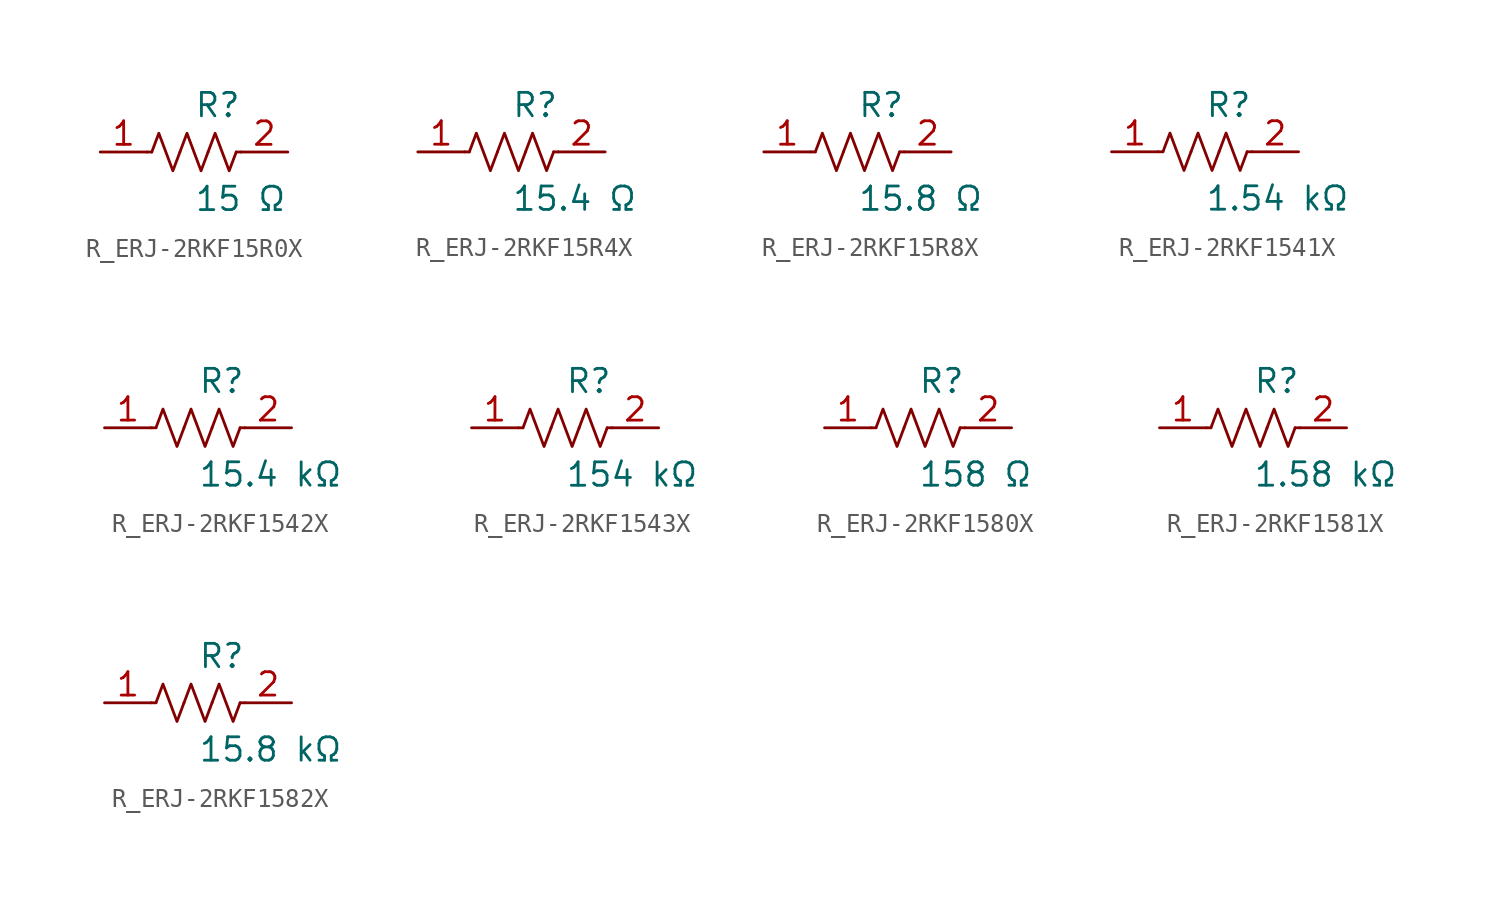
<source format=kicad_sym>
(kicad_symbol_lib
  (version 20231120)
  (generator kicad_symbol_editor)
  (generator_version 8.0)
  (symbol "R_ERJ-2RKF15R0X"
    (pin_names
      (offset 0.254))
    (property "Reference" "R"
      (at 0 2.54 0)
      (effects (font (size 1.27 1.27)) (justify left)))
    (property "Value" "15 Ω"
      (at 0 -2.54 0)
      (effects (font (size 1.27 1.27)) (justify left)))
    (symbol "R_ERJ-2RKF15R0X_0_1"
      (polyline (pts (xy 2.286 0) (xy 2.54 0)) (stroke (width 0) (type default)) (fill (type none)))
      (polyline (pts (xy -2.286 0) (xy -2.54 0)) (stroke (width 0) (type default)) (fill (type none)))
      (polyline (pts (xy 0.762 0) (xy 1.143 1.016) (xy 1.524 0) (xy 1.905 -1.016) (xy 2.286 0)) (stroke (width 0) (type default)) (fill (type none)))
      (polyline (pts (xy -0.762 0) (xy -0.381 1.016) (xy 0 0) (xy 0.381 -1.016) (xy 0.762 0)) (stroke (width 0) (type default)) (fill (type none)))
      (polyline (pts (xy -2.286 0) (xy -1.905 1.016) (xy -1.524 0) (xy -1.143 -1.016) (xy -0.762 0)) (stroke (width 0) (type default)) (fill (type none))))
    (pin passive line
      (at -5.08 0 0)
      (length 2.54)
      (name "" (effects (font (size 1.27 1.27))))
      (number "1" (effects (font (size 1.27 1.27)))))
    (pin passive line
      (at 5.08 0 180)
      (length 2.54)
      (name "" (effects (font (size 1.27 1.27))))
      (number "2" (effects (font (size 1.27 1.27))))))
  (symbol "R_ERJ-2RKF15R4X"
    (pin_names
      (offset 0.254))
    (property "Reference" "R"
      (at 0 2.54 0)
      (effects (font (size 1.27 1.27)) (justify left)))
    (property "Value" "15.4 Ω"
      (at 0 -2.54 0)
      (effects (font (size 1.27 1.27)) (justify left)))
    (symbol "R_ERJ-2RKF15R4X_0_1"
      (polyline (pts (xy 2.286 0) (xy 2.54 0)) (stroke (width 0) (type default)) (fill (type none)))
      (polyline (pts (xy -2.286 0) (xy -2.54 0)) (stroke (width 0) (type default)) (fill (type none)))
      (polyline (pts (xy 0.762 0) (xy 1.143 1.016) (xy 1.524 0) (xy 1.905 -1.016) (xy 2.286 0)) (stroke (width 0) (type default)) (fill (type none)))
      (polyline (pts (xy -0.762 0) (xy -0.381 1.016) (xy 0 0) (xy 0.381 -1.016) (xy 0.762 0)) (stroke (width 0) (type default)) (fill (type none)))
      (polyline (pts (xy -2.286 0) (xy -1.905 1.016) (xy -1.524 0) (xy -1.143 -1.016) (xy -0.762 0)) (stroke (width 0) (type default)) (fill (type none))))
    (pin passive line
      (at -5.08 0 0)
      (length 2.54)
      (name "" (effects (font (size 1.27 1.27))))
      (number "1" (effects (font (size 1.27 1.27)))))
    (pin passive line
      (at 5.08 0 180)
      (length 2.54)
      (name "" (effects (font (size 1.27 1.27))))
      (number "2" (effects (font (size 1.27 1.27))))))
  (symbol "R_ERJ-2RKF15R8X"
    (pin_names
      (offset 0.254))
    (property "Reference" "R"
      (at 0 2.54 0)
      (effects (font (size 1.27 1.27)) (justify left)))
    (property "Value" "15.8 Ω"
      (at 0 -2.54 0)
      (effects (font (size 1.27 1.27)) (justify left)))
    (symbol "R_ERJ-2RKF15R8X_0_1"
      (polyline (pts (xy 2.286 0) (xy 2.54 0)) (stroke (width 0) (type default)) (fill (type none)))
      (polyline (pts (xy -2.286 0) (xy -2.54 0)) (stroke (width 0) (type default)) (fill (type none)))
      (polyline (pts (xy 0.762 0) (xy 1.143 1.016) (xy 1.524 0) (xy 1.905 -1.016) (xy 2.286 0)) (stroke (width 0) (type default)) (fill (type none)))
      (polyline (pts (xy -0.762 0) (xy -0.381 1.016) (xy 0 0) (xy 0.381 -1.016) (xy 0.762 0)) (stroke (width 0) (type default)) (fill (type none)))
      (polyline (pts (xy -2.286 0) (xy -1.905 1.016) (xy -1.524 0) (xy -1.143 -1.016) (xy -0.762 0)) (stroke (width 0) (type default)) (fill (type none))))
    (pin passive line
      (at -5.08 0 0)
      (length 2.54)
      (name "" (effects (font (size 1.27 1.27))))
      (number "1" (effects (font (size 1.27 1.27)))))
    (pin passive line
      (at 5.08 0 180)
      (length 2.54)
      (name "" (effects (font (size 1.27 1.27))))
      (number "2" (effects (font (size 1.27 1.27))))))
  (symbol "R_ERJ-2RKF1541X"
    (pin_names
      (offset 0.254))
    (property "Reference" "R"
      (at 0 2.54 0)
      (effects (font (size 1.27 1.27)) (justify left)))
    (property "Value" "1.54 kΩ"
      (at 0 -2.54 0)
      (effects (font (size 1.27 1.27)) (justify left)))
    (symbol "R_ERJ-2RKF1541X_0_1"
      (polyline (pts (xy 2.286 0) (xy 2.54 0)) (stroke (width 0) (type default)) (fill (type none)))
      (polyline (pts (xy -2.286 0) (xy -2.54 0)) (stroke (width 0) (type default)) (fill (type none)))
      (polyline (pts (xy 0.762 0) (xy 1.143 1.016) (xy 1.524 0) (xy 1.905 -1.016) (xy 2.286 0)) (stroke (width 0) (type default)) (fill (type none)))
      (polyline (pts (xy -0.762 0) (xy -0.381 1.016) (xy 0 0) (xy 0.381 -1.016) (xy 0.762 0)) (stroke (width 0) (type default)) (fill (type none)))
      (polyline (pts (xy -2.286 0) (xy -1.905 1.016) (xy -1.524 0) (xy -1.143 -1.016) (xy -0.762 0)) (stroke (width 0) (type default)) (fill (type none))))
    (pin passive line
      (at -5.08 0 0)
      (length 2.54)
      (name "" (effects (font (size 1.27 1.27))))
      (number "1" (effects (font (size 1.27 1.27)))))
    (pin passive line
      (at 5.08 0 180)
      (length 2.54)
      (name "" (effects (font (size 1.27 1.27))))
      (number "2" (effects (font (size 1.27 1.27))))))
  (symbol "R_ERJ-2RKF1542X"
    (pin_names
      (offset 0.254))
    (property "Reference" "R"
      (at 0 2.54 0)
      (effects (font (size 1.27 1.27)) (justify left)))
    (property "Value" "15.4 kΩ"
      (at 0 -2.54 0)
      (effects (font (size 1.27 1.27)) (justify left)))
    (symbol "R_ERJ-2RKF1542X_0_1"
      (polyline (pts (xy 2.286 0) (xy 2.54 0)) (stroke (width 0) (type default)) (fill (type none)))
      (polyline (pts (xy -2.286 0) (xy -2.54 0)) (stroke (width 0) (type default)) (fill (type none)))
      (polyline (pts (xy 0.762 0) (xy 1.143 1.016) (xy 1.524 0) (xy 1.905 -1.016) (xy 2.286 0)) (stroke (width 0) (type default)) (fill (type none)))
      (polyline (pts (xy -0.762 0) (xy -0.381 1.016) (xy 0 0) (xy 0.381 -1.016) (xy 0.762 0)) (stroke (width 0) (type default)) (fill (type none)))
      (polyline (pts (xy -2.286 0) (xy -1.905 1.016) (xy -1.524 0) (xy -1.143 -1.016) (xy -0.762 0)) (stroke (width 0) (type default)) (fill (type none))))
    (pin passive line
      (at -5.08 0 0)
      (length 2.54)
      (name "" (effects (font (size 1.27 1.27))))
      (number "1" (effects (font (size 1.27 1.27)))))
    (pin passive line
      (at 5.08 0 180)
      (length 2.54)
      (name "" (effects (font (size 1.27 1.27))))
      (number "2" (effects (font (size 1.27 1.27))))))
  (symbol "R_ERJ-2RKF1543X"
    (pin_names
      (offset 0.254))
    (property "Reference" "R"
      (at 0 2.54 0)
      (effects (font (size 1.27 1.27)) (justify left)))
    (property "Value" "154 kΩ"
      (at 0 -2.54 0)
      (effects (font (size 1.27 1.27)) (justify left)))
    (symbol "R_ERJ-2RKF1543X_0_1"
      (polyline (pts (xy 2.286 0) (xy 2.54 0)) (stroke (width 0) (type default)) (fill (type none)))
      (polyline (pts (xy -2.286 0) (xy -2.54 0)) (stroke (width 0) (type default)) (fill (type none)))
      (polyline (pts (xy 0.762 0) (xy 1.143 1.016) (xy 1.524 0) (xy 1.905 -1.016) (xy 2.286 0)) (stroke (width 0) (type default)) (fill (type none)))
      (polyline (pts (xy -0.762 0) (xy -0.381 1.016) (xy 0 0) (xy 0.381 -1.016) (xy 0.762 0)) (stroke (width 0) (type default)) (fill (type none)))
      (polyline (pts (xy -2.286 0) (xy -1.905 1.016) (xy -1.524 0) (xy -1.143 -1.016) (xy -0.762 0)) (stroke (width 0) (type default)) (fill (type none))))
    (pin passive line
      (at -5.08 0 0)
      (length 2.54)
      (name "" (effects (font (size 1.27 1.27))))
      (number "1" (effects (font (size 1.27 1.27)))))
    (pin passive line
      (at 5.08 0 180)
      (length 2.54)
      (name "" (effects (font (size 1.27 1.27))))
      (number "2" (effects (font (size 1.27 1.27))))))
  (symbol "R_ERJ-2RKF1580X"
    (pin_names
      (offset 0.254))
    (property "Reference" "R"
      (at 0 2.54 0)
      (effects (font (size 1.27 1.27)) (justify left)))
    (property "Value" "158 Ω"
      (at 0 -2.54 0)
      (effects (font (size 1.27 1.27)) (justify left)))
    (symbol "R_ERJ-2RKF1580X_0_1"
      (polyline (pts (xy 2.286 0) (xy 2.54 0)) (stroke (width 0) (type default)) (fill (type none)))
      (polyline (pts (xy -2.286 0) (xy -2.54 0)) (stroke (width 0) (type default)) (fill (type none)))
      (polyline (pts (xy 0.762 0) (xy 1.143 1.016) (xy 1.524 0) (xy 1.905 -1.016) (xy 2.286 0)) (stroke (width 0) (type default)) (fill (type none)))
      (polyline (pts (xy -0.762 0) (xy -0.381 1.016) (xy 0 0) (xy 0.381 -1.016) (xy 0.762 0)) (stroke (width 0) (type default)) (fill (type none)))
      (polyline (pts (xy -2.286 0) (xy -1.905 1.016) (xy -1.524 0) (xy -1.143 -1.016) (xy -0.762 0)) (stroke (width 0) (type default)) (fill (type none))))
    (pin passive line
      (at -5.08 0 0)
      (length 2.54)
      (name "" (effects (font (size 1.27 1.27))))
      (number "1" (effects (font (size 1.27 1.27)))))
    (pin passive line
      (at 5.08 0 180)
      (length 2.54)
      (name "" (effects (font (size 1.27 1.27))))
      (number "2" (effects (font (size 1.27 1.27))))))
  (symbol "R_ERJ-2RKF1581X"
    (pin_names
      (offset 0.254))
    (property "Reference" "R"
      (at 0 2.54 0)
      (effects (font (size 1.27 1.27)) (justify left)))
    (property "Value" "1.58 kΩ"
      (at 0 -2.54 0)
      (effects (font (size 1.27 1.27)) (justify left)))
    (symbol "R_ERJ-2RKF1581X_0_1"
      (polyline (pts (xy 2.286 0) (xy 2.54 0)) (stroke (width 0) (type default)) (fill (type none)))
      (polyline (pts (xy -2.286 0) (xy -2.54 0)) (stroke (width 0) (type default)) (fill (type none)))
      (polyline (pts (xy 0.762 0) (xy 1.143 1.016) (xy 1.524 0) (xy 1.905 -1.016) (xy 2.286 0)) (stroke (width 0) (type default)) (fill (type none)))
      (polyline (pts (xy -0.762 0) (xy -0.381 1.016) (xy 0 0) (xy 0.381 -1.016) (xy 0.762 0)) (stroke (width 0) (type default)) (fill (type none)))
      (polyline (pts (xy -2.286 0) (xy -1.905 1.016) (xy -1.524 0) (xy -1.143 -1.016) (xy -0.762 0)) (stroke (width 0) (type default)) (fill (type none))))
    (pin passive line
      (at -5.08 0 0)
      (length 2.54)
      (name "" (effects (font (size 1.27 1.27))))
      (number "1" (effects (font (size 1.27 1.27)))))
    (pin passive line
      (at 5.08 0 180)
      (length 2.54)
      (name "" (effects (font (size 1.27 1.27))))
      (number "2" (effects (font (size 1.27 1.27))))))
  (symbol "R_ERJ-2RKF1582X"
    (pin_names
      (offset 0.254))
    (property "Reference" "R"
      (at 0 2.54 0)
      (effects (font (size 1.27 1.27)) (justify left)))
    (property "Value" "15.8 kΩ"
      (at 0 -2.54 0)
      (effects (font (size 1.27 1.27)) (justify left)))
    (symbol "R_ERJ-2RKF1582X_0_1"
      (polyline (pts (xy 2.286 0) (xy 2.54 0)) (stroke (width 0) (type default)) (fill (type none)))
      (polyline (pts (xy -2.286 0) (xy -2.54 0)) (stroke (width 0) (type default)) (fill (type none)))
      (polyline (pts (xy 0.762 0) (xy 1.143 1.016) (xy 1.524 0) (xy 1.905 -1.016) (xy 2.286 0)) (stroke (width 0) (type default)) (fill (type none)))
      (polyline (pts (xy -0.762 0) (xy -0.381 1.016) (xy 0 0) (xy 0.381 -1.016) (xy 0.762 0)) (stroke (width 0) (type default)) (fill (type none)))
      (polyline (pts (xy -2.286 0) (xy -1.905 1.016) (xy -1.524 0) (xy -1.143 -1.016) (xy -0.762 0)) (stroke (width 0) (type default)) (fill (type none))))
    (pin passive line
      (at -5.08 0 0)
      (length 2.54)
      (name "" (effects (font (size 1.27 1.27))))
      (number "1" (effects (font (size 1.27 1.27)))))
    (pin passive line
      (at 5.08 0 180)
      (length 2.54)
      (name "" (effects (font (size 1.27 1.27))))
      (number "2" (effects (font (size 1.27 1.27)))))))
</source>
